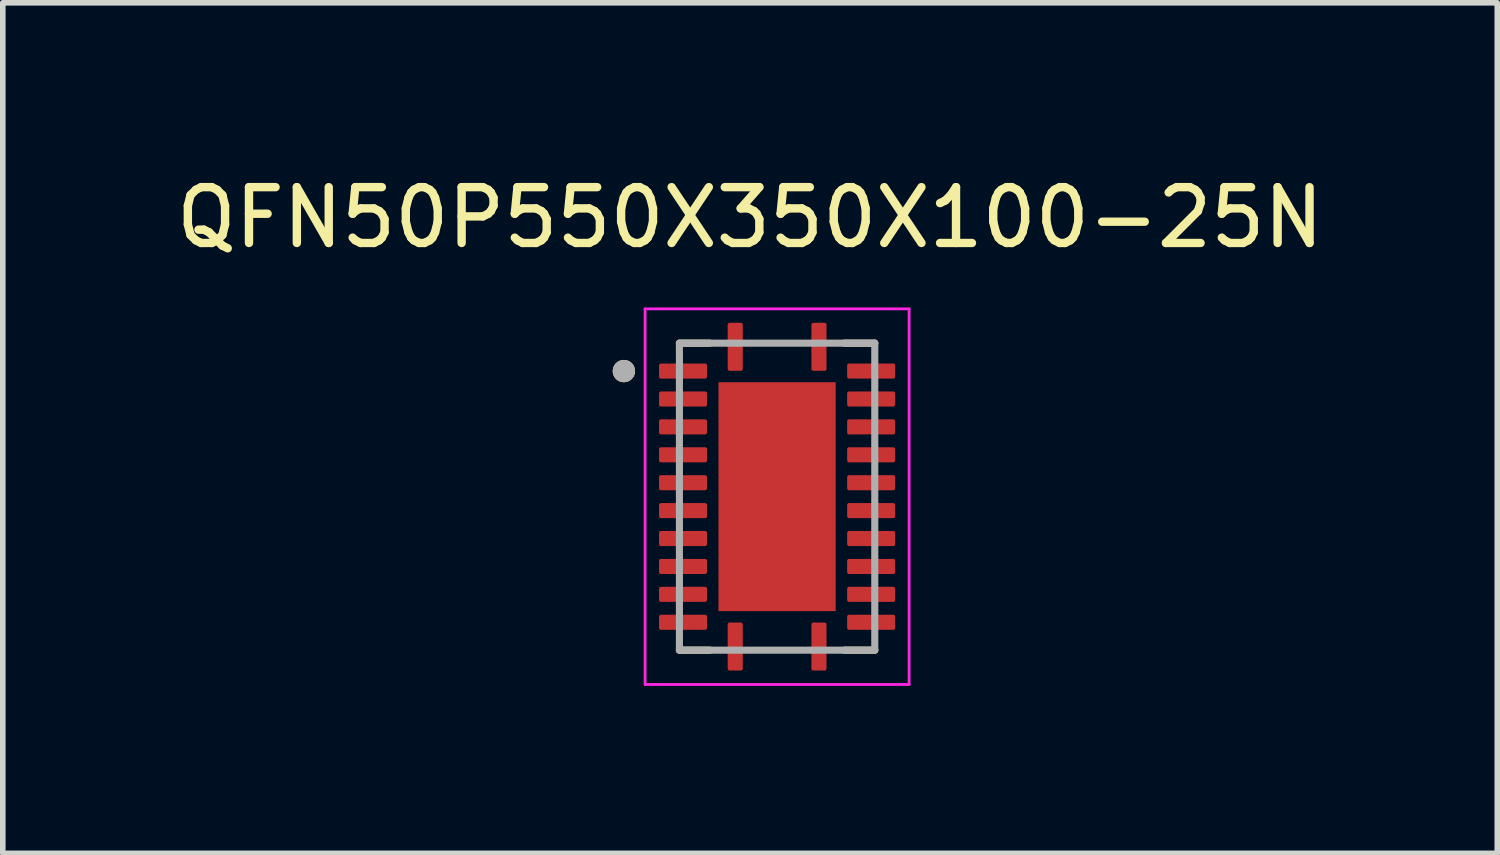
<source format=kicad_pcb>
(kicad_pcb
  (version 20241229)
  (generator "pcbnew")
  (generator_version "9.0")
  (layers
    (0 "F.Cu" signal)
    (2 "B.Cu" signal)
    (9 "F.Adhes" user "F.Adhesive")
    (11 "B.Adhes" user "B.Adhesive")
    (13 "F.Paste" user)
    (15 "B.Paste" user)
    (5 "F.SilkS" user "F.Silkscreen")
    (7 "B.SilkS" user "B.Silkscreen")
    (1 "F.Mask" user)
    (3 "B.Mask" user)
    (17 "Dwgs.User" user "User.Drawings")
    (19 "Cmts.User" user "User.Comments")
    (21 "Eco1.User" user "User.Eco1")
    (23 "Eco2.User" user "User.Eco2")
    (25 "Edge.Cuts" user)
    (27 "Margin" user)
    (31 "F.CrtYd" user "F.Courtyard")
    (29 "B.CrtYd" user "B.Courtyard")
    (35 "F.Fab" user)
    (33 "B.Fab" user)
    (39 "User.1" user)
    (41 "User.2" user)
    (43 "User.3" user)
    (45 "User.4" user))
  (footprint "QFN50P550X350X100-25N"
    (layer "F.Cu")
    (at 10.872 5.848)
    (property "Reference" "QFN50P550X350X100-25N" (at -0.485 -5 0) (layer "F.SilkS") (effects (font (size 1 1) (thickness 0.15))))
    (attr smd)
    (fp_line (start -1.75 -2.75) (end -1.205 -2.75) (stroke (width 0.127) (type solid)) (layer "F.SilkS"))
    (fp_line (start -1.75 2.75) (end -1.205 2.75) (stroke (width 0.127) (type solid)) (layer "F.SilkS"))
    (fp_line (start 1.75 -2.75) (end 1.205 -2.75) (stroke (width 0.127) (type solid)) (layer "F.SilkS"))
    (fp_line (start 1.75 2.75) (end 1.205 2.75) (stroke (width 0.127) (type solid)) (layer "F.SilkS"))
    (fp_circle (center -2.745 -2.25) (end -2.645 -2.25) (stroke (width 0.2) (type solid)) (fill no) (layer "F.SilkS"))
    (fp_poly (pts (xy -0.66 -1.3) (xy 0.66 -1.3) (xy 0.66 1.3) (xy -0.66 1.3)) (stroke (width 0.01) (type solid)) (fill yes) (layer "F.Paste"))
    (fp_line (start -2.365 -3.365) (end 2.365 -3.365) (stroke (width 0.05) (type solid)) (layer "F.CrtYd"))
    (fp_line (start -2.365 3.365) (end -2.365 -3.365) (stroke (width 0.05) (type solid)) (layer "F.CrtYd"))
    (fp_line (start -2.365 3.365) (end 2.365 3.365) (stroke (width 0.05) (type solid)) (layer "F.CrtYd"))
    (fp_line (start 2.365 3.365) (end 2.365 -3.365) (stroke (width 0.05) (type solid)) (layer "F.CrtYd"))
    (fp_line (start -1.75 2.75) (end -1.75 -2.75) (stroke (width 0.127) (type solid)) (layer "F.Fab"))
    (fp_line (start 1.75 -2.75) (end -1.75 -2.75) (stroke (width 0.127) (type solid)) (layer "F.Fab"))
    (fp_line (start 1.75 2.75) (end -1.75 2.75) (stroke (width 0.127) (type solid)) (layer "F.Fab"))
    (fp_line (start 1.75 2.75) (end 1.75 -2.75) (stroke (width 0.127) (type solid)) (layer "F.Fab"))
    (fp_circle (center -2.745 -2.25) (end -2.645 -2.25) (stroke (width 0.2) (type solid)) (fill no) (layer "F.Fab"))
    (pad "1" smd roundrect (at -0.75 -2.685) (size 0.27 0.86) (layers "F.Cu" "F.Mask" "F.Paste") (roundrect_rratio 0.125))
    (pad "2" smd roundrect (at -1.685 -2.25) (size 0.86 0.27) (layers "F.Cu" "F.Mask" "F.Paste") (roundrect_rratio 0.125))
    (pad "3" smd roundrect (at -1.685 -1.75) (size 0.86 0.27) (layers "F.Cu" "F.Mask" "F.Paste") (roundrect_rratio 0.125))
    (pad "4" smd roundrect (at -1.685 -1.25) (size 0.86 0.27) (layers "F.Cu" "F.Mask" "F.Paste") (roundrect_rratio 0.125))
    (pad "5" smd roundrect (at -1.685 -0.75) (size 0.86 0.27) (layers "F.Cu" "F.Mask" "F.Paste") (roundrect_rratio 0.125))
    (pad "6" smd roundrect (at -1.685 -0.25) (size 0.86 0.27) (layers "F.Cu" "F.Mask" "F.Paste") (roundrect_rratio 0.125))
    (pad "7" smd roundrect (at -1.685 0.25) (size 0.86 0.27) (layers "F.Cu" "F.Mask" "F.Paste") (roundrect_rratio 0.125))
    (pad "8" smd roundrect (at -1.685 0.75) (size 0.86 0.27) (layers "F.Cu" "F.Mask" "F.Paste") (roundrect_rratio 0.125))
    (pad "9" smd roundrect (at -1.685 1.25) (size 0.86 0.27) (layers "F.Cu" "F.Mask" "F.Paste") (roundrect_rratio 0.125))
    (pad "10" smd roundrect (at -1.685 1.75) (size 0.86 0.27) (layers "F.Cu" "F.Mask" "F.Paste") (roundrect_rratio 0.125))
    (pad "11" smd roundrect (at -1.685 2.25) (size 0.86 0.27) (layers "F.Cu" "F.Mask" "F.Paste") (roundrect_rratio 0.125))
    (pad "12" smd roundrect (at -0.75 2.685) (size 0.27 0.86) (layers "F.Cu" "F.Mask" "F.Paste") (roundrect_rratio 0.125))
    (pad "13" smd roundrect (at 0.75 2.685) (size 0.27 0.86) (layers "F.Cu" "F.Mask" "F.Paste") (roundrect_rratio 0.125))
    (pad "14" smd roundrect (at 1.685 2.25) (size 0.86 0.27) (layers "F.Cu" "F.Mask" "F.Paste") (roundrect_rratio 0.125))
    (pad "15" smd roundrect (at 1.685 1.75) (size 0.86 0.27) (layers "F.Cu" "F.Mask" "F.Paste") (roundrect_rratio 0.125))
    (pad "16" smd roundrect (at 1.685 1.25) (size 0.86 0.27) (layers "F.Cu" "F.Mask" "F.Paste") (roundrect_rratio 0.125))
    (pad "17" smd roundrect (at 1.685 0.75) (size 0.86 0.27) (layers "F.Cu" "F.Mask" "F.Paste") (roundrect_rratio 0.125))
    (pad "18" smd roundrect (at 1.685 0.25) (size 0.86 0.27) (layers "F.Cu" "F.Mask" "F.Paste") (roundrect_rratio 0.125))
    (pad "19" smd roundrect (at 1.685 -0.25) (size 0.86 0.27) (layers "F.Cu" "F.Mask" "F.Paste") (roundrect_rratio 0.125))
    (pad "20" smd roundrect (at 1.685 -0.75) (size 0.86 0.27) (layers "F.Cu" "F.Mask" "F.Paste") (roundrect_rratio 0.125))
    (pad "21" smd roundrect (at 1.685 -1.25) (size 0.86 0.27) (layers "F.Cu" "F.Mask" "F.Paste") (roundrect_rratio 0.125))
    (pad "22" smd roundrect (at 1.685 -1.75) (size 0.86 0.27) (layers "F.Cu" "F.Mask" "F.Paste") (roundrect_rratio 0.125))
    (pad "23" smd roundrect (at 1.685 -2.25) (size 0.86 0.27) (layers "F.Cu" "F.Mask" "F.Paste") (roundrect_rratio 0.125))
    (pad "24" smd roundrect (at 0.75 -2.685) (size 0.27 0.86) (layers "F.Cu" "F.Mask" "F.Paste") (roundrect_rratio 0.125))
    (pad "25" smd rect (at 0 0) (size 2.1 4.1) (layers "F.Cu" "F.Mask")))
  (gr_rect
    (start -3 -3)
    (end 23.774 12.238)
    (stroke (width 0.1) (type default))
    (fill no)
    (layer "Edge.Cuts")))
</source>
